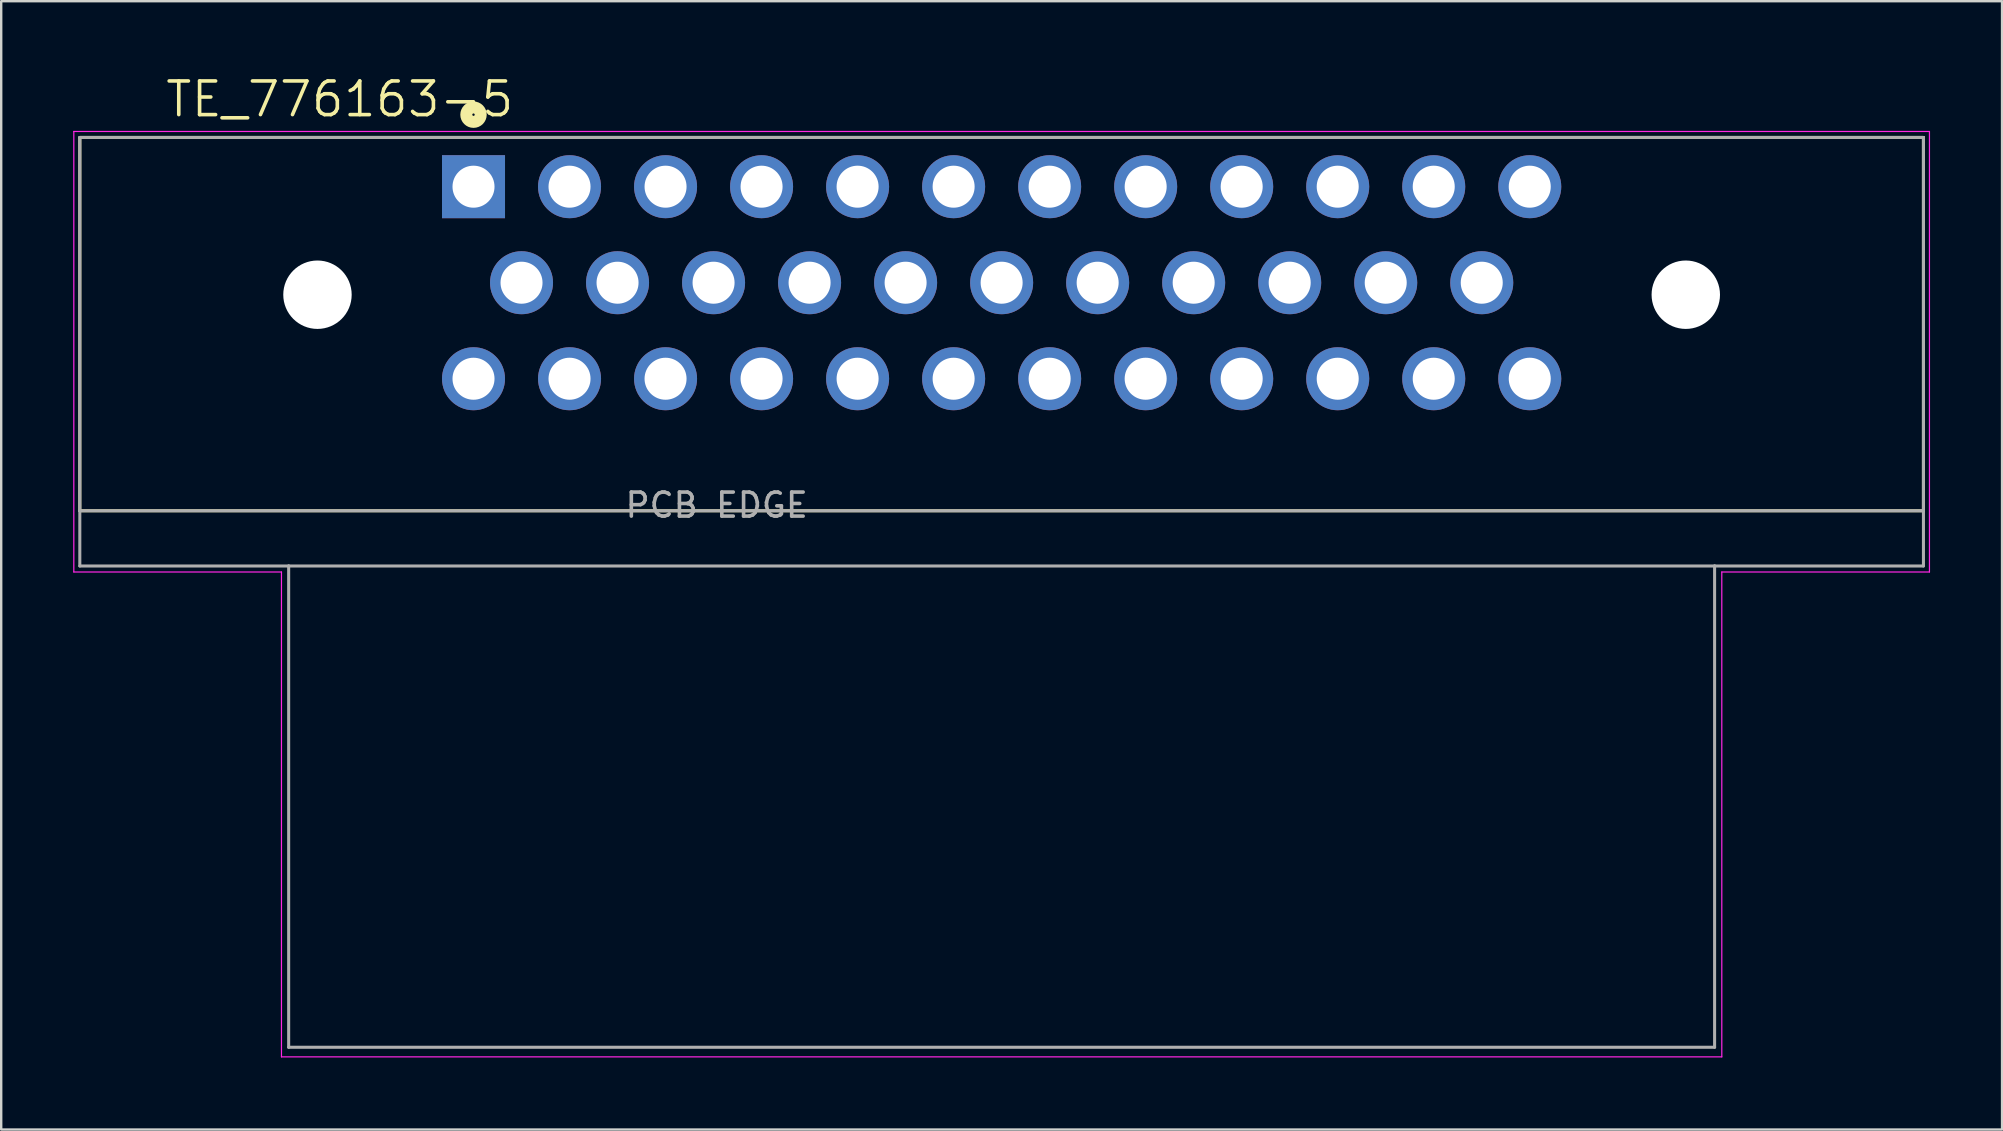
<source format=kicad_pcb>
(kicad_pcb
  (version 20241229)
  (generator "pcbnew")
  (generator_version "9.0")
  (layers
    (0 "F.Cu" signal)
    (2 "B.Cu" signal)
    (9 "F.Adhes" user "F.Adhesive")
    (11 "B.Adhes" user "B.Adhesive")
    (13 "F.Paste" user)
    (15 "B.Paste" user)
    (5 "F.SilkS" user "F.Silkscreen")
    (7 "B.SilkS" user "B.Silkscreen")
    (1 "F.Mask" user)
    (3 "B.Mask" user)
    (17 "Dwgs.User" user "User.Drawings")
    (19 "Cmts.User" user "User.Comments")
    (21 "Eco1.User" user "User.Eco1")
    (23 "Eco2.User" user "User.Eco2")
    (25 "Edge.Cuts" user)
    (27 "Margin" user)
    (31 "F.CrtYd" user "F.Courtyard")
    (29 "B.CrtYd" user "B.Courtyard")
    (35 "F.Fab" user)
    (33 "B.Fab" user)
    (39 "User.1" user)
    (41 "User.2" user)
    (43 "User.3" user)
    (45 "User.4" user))
  (footprint "TE_776163-5"
    (layer "F.Cu")
    (at 38.675 9.227)
    (property "Reference" "TE_776163-5" (at -27.573 -8.144 0) (layer "F.SilkS") (effects (font (size 1.401 1.401) (thickness 0.15))))
    (attr through_hole)
    (fp_line (start -38.4 -6.55) (end -38.4 9) (stroke (width 0.127) (type solid)) (layer "F.SilkS"))
    (fp_line (start -38.4 9) (end 38.4 9) (stroke (width 0.127) (type solid)) (layer "F.SilkS"))
    (fp_line (start 38.4 -6.55) (end -38.4 -6.55) (stroke (width 0.127) (type solid)) (layer "F.SilkS"))
    (fp_line (start 38.4 9) (end 38.4 -6.55) (stroke (width 0.127) (type solid)) (layer "F.SilkS"))
    (fp_circle (center -22 -7.5) (end -21.7 -7.5) (stroke (width 0.5) (type solid)) (fill no) (layer "F.SilkS"))
    (fp_line (start -38.65 -6.8) (end 38.65 -6.8) (stroke (width 0.05) (type solid)) (layer "F.CrtYd"))
    (fp_line (start -38.65 11.55) (end -38.65 -6.8) (stroke (width 0.05) (type solid)) (layer "F.CrtYd"))
    (fp_line (start -30 11.55) (end -38.65 11.55) (stroke (width 0.05) (type solid)) (layer "F.CrtYd"))
    (fp_line (start -30 31.75) (end -30 11.55) (stroke (width 0.05) (type solid)) (layer "F.CrtYd"))
    (fp_line (start 30 11.55) (end 30 31.75) (stroke (width 0.05) (type solid)) (layer "F.CrtYd"))
    (fp_line (start 30 31.75) (end -30 31.75) (stroke (width 0.05) (type solid)) (layer "F.CrtYd"))
    (fp_line (start 38.65 -6.8) (end 38.65 11.55) (stroke (width 0.05) (type solid)) (layer "F.CrtYd"))
    (fp_line (start 38.65 11.55) (end 30 11.55) (stroke (width 0.05) (type solid)) (layer "F.CrtYd"))
    (fp_line (start -38.4 -6.55) (end -38.4 9) (stroke (width 0.127) (type solid)) (layer "F.Fab"))
    (fp_line (start -38.4 9) (end -38.4 11.3) (stroke (width 0.127) (type solid)) (layer "F.Fab"))
    (fp_line (start -38.4 9) (end 38.4 9) (stroke (width 0.127) (type solid)) (layer "F.Fab"))
    (fp_line (start -38.4 11.3) (end -29.7 11.3) (stroke (width 0.127) (type solid)) (layer "F.Fab"))
    (fp_line (start -29.7 11.3) (end -29.7 31.35) (stroke (width 0.127) (type solid)) (layer "F.Fab"))
    (fp_line (start -29.7 11.3) (end 29.7 11.3) (stroke (width 0.127) (type solid)) (layer "F.Fab"))
    (fp_line (start -29.7 31.35) (end 29.7 31.35) (stroke (width 0.127) (type solid)) (layer "F.Fab"))
    (fp_line (start 29.7 11.3) (end 38.4 11.3) (stroke (width 0.127) (type solid)) (layer "F.Fab"))
    (fp_line (start 29.7 31.35) (end 29.7 11.3) (stroke (width 0.127) (type solid)) (layer "F.Fab"))
    (fp_line (start 38.4 -6.55) (end -38.4 -6.55) (stroke (width 0.127) (type solid)) (layer "F.Fab"))
    (fp_line (start 38.4 9) (end 38.4 -6.55) (stroke (width 0.127) (type solid)) (layer "F.Fab"))
    (fp_line (start 38.4 11.3) (end 38.4 9) (stroke (width 0.127) (type solid)) (layer "F.Fab"))
    (fp_text user "PCB EDGE" (at -11.871 8.766 0) (layer "F.Fab") (effects (font (size 1.002 1.002) (thickness 0.15))))
    (pad "" np_thru_hole circle (at -28.5 0) (size 2.85 2.85) (drill 2.85) (layers "*.Cu" "*.Mask"))
    (pad "" np_thru_hole circle (at 28.5 0) (size 2.85 2.85) (drill 2.85) (layers "*.Cu" "*.Mask"))
    (pad "1" thru_hole rect (at -22 -4.5) (size 2.625 2.625) (drill 1.75) (layers "*.Cu" "*.Mask"))
    (pad "2" thru_hole circle (at -18 -4.5) (size 2.625 2.625) (drill 1.75) (layers "*.Cu" "*.Mask"))
    (pad "3" thru_hole circle (at -14 -4.5) (size 2.625 2.625) (drill 1.75) (layers "*.Cu" "*.Mask"))
    (pad "4" thru_hole circle (at -10 -4.5) (size 2.625 2.625) (drill 1.75) (layers "*.Cu" "*.Mask"))
    (pad "5" thru_hole circle (at -6 -4.5) (size 2.625 2.625) (drill 1.75) (layers "*.Cu" "*.Mask"))
    (pad "6" thru_hole circle (at -2 -4.5) (size 2.625 2.625) (drill 1.75) (layers "*.Cu" "*.Mask"))
    (pad "7" thru_hole circle (at 2 -4.5) (size 2.625 2.625) (drill 1.75) (layers "*.Cu" "*.Mask"))
    (pad "8" thru_hole circle (at 6 -4.5) (size 2.625 2.625) (drill 1.75) (layers "*.Cu" "*.Mask"))
    (pad "9" thru_hole circle (at 10 -4.5) (size 2.625 2.625) (drill 1.75) (layers "*.Cu" "*.Mask"))
    (pad "10" thru_hole circle (at 14 -4.5) (size 2.625 2.625) (drill 1.75) (layers "*.Cu" "*.Mask"))
    (pad "11" thru_hole circle (at 18 -4.5) (size 2.625 2.625) (drill 1.75) (layers "*.Cu" "*.Mask"))
    (pad "12" thru_hole circle (at 22 -4.5) (size 2.625 2.625) (drill 1.75) (layers "*.Cu" "*.Mask"))
    (pad "13" thru_hole circle (at -20 -0.5) (size 2.625 2.625) (drill 1.75) (layers "*.Cu" "*.Mask"))
    (pad "14" thru_hole circle (at -16 -0.5) (size 2.625 2.625) (drill 1.75) (layers "*.Cu" "*.Mask"))
    (pad "15" thru_hole circle (at -12 -0.5) (size 2.625 2.625) (drill 1.75) (layers "*.Cu" "*.Mask"))
    (pad "16" thru_hole circle (at -8 -0.5) (size 2.625 2.625) (drill 1.75) (layers "*.Cu" "*.Mask"))
    (pad "17" thru_hole circle (at -4 -0.5) (size 2.625 2.625) (drill 1.75) (layers "*.Cu" "*.Mask"))
    (pad "18" thru_hole circle (at 0 -0.5) (size 2.625 2.625) (drill 1.75) (layers "*.Cu" "*.Mask"))
    (pad "19" thru_hole circle (at 4 -0.5) (size 2.625 2.625) (drill 1.75) (layers "*.Cu" "*.Mask"))
    (pad "20" thru_hole circle (at 8 -0.5) (size 2.625 2.625) (drill 1.75) (layers "*.Cu" "*.Mask"))
    (pad "21" thru_hole circle (at 12 -0.5) (size 2.625 2.625) (drill 1.75) (layers "*.Cu" "*.Mask"))
    (pad "22" thru_hole circle (at 16 -0.5) (size 2.625 2.625) (drill 1.75) (layers "*.Cu" "*.Mask"))
    (pad "23" thru_hole circle (at 20 -0.5) (size 2.625 2.625) (drill 1.75) (layers "*.Cu" "*.Mask"))
    (pad "24" thru_hole circle (at -22 3.5) (size 2.625 2.625) (drill 1.75) (layers "*.Cu" "*.Mask"))
    (pad "25" thru_hole circle (at -18 3.5) (size 2.625 2.625) (drill 1.75) (layers "*.Cu" "*.Mask"))
    (pad "26" thru_hole circle (at -14 3.5) (size 2.625 2.625) (drill 1.75) (layers "*.Cu" "*.Mask"))
    (pad "27" thru_hole circle (at -10 3.5) (size 2.625 2.625) (drill 1.75) (layers "*.Cu" "*.Mask"))
    (pad "28" thru_hole circle (at -6 3.5) (size 2.625 2.625) (drill 1.75) (layers "*.Cu" "*.Mask"))
    (pad "29" thru_hole circle (at -2 3.5) (size 2.625 2.625) (drill 1.75) (layers "*.Cu" "*.Mask"))
    (pad "30" thru_hole circle (at 2 3.5) (size 2.625 2.625) (drill 1.75) (layers "*.Cu" "*.Mask"))
    (pad "31" thru_hole circle (at 6 3.5) (size 2.625 2.625) (drill 1.75) (layers "*.Cu" "*.Mask"))
    (pad "32" thru_hole circle (at 10 3.5) (size 2.625 2.625) (drill 1.75) (layers "*.Cu" "*.Mask"))
    (pad "33" thru_hole circle (at 14 3.5) (size 2.625 2.625) (drill 1.75) (layers "*.Cu" "*.Mask"))
    (pad "34" thru_hole circle (at 18 3.5) (size 2.625 2.625) (drill 1.75) (layers "*.Cu" "*.Mask"))
    (pad "35" thru_hole circle (at 22 3.5) (size 2.625 2.625) (drill 1.75) (layers "*.Cu" "*.Mask")))
  (gr_rect
    (start -3 -3)
    (end 80.35 44.002)
    (stroke (width 0.1) (type default))
    (fill no)
    (layer "Edge.Cuts")))
</source>
